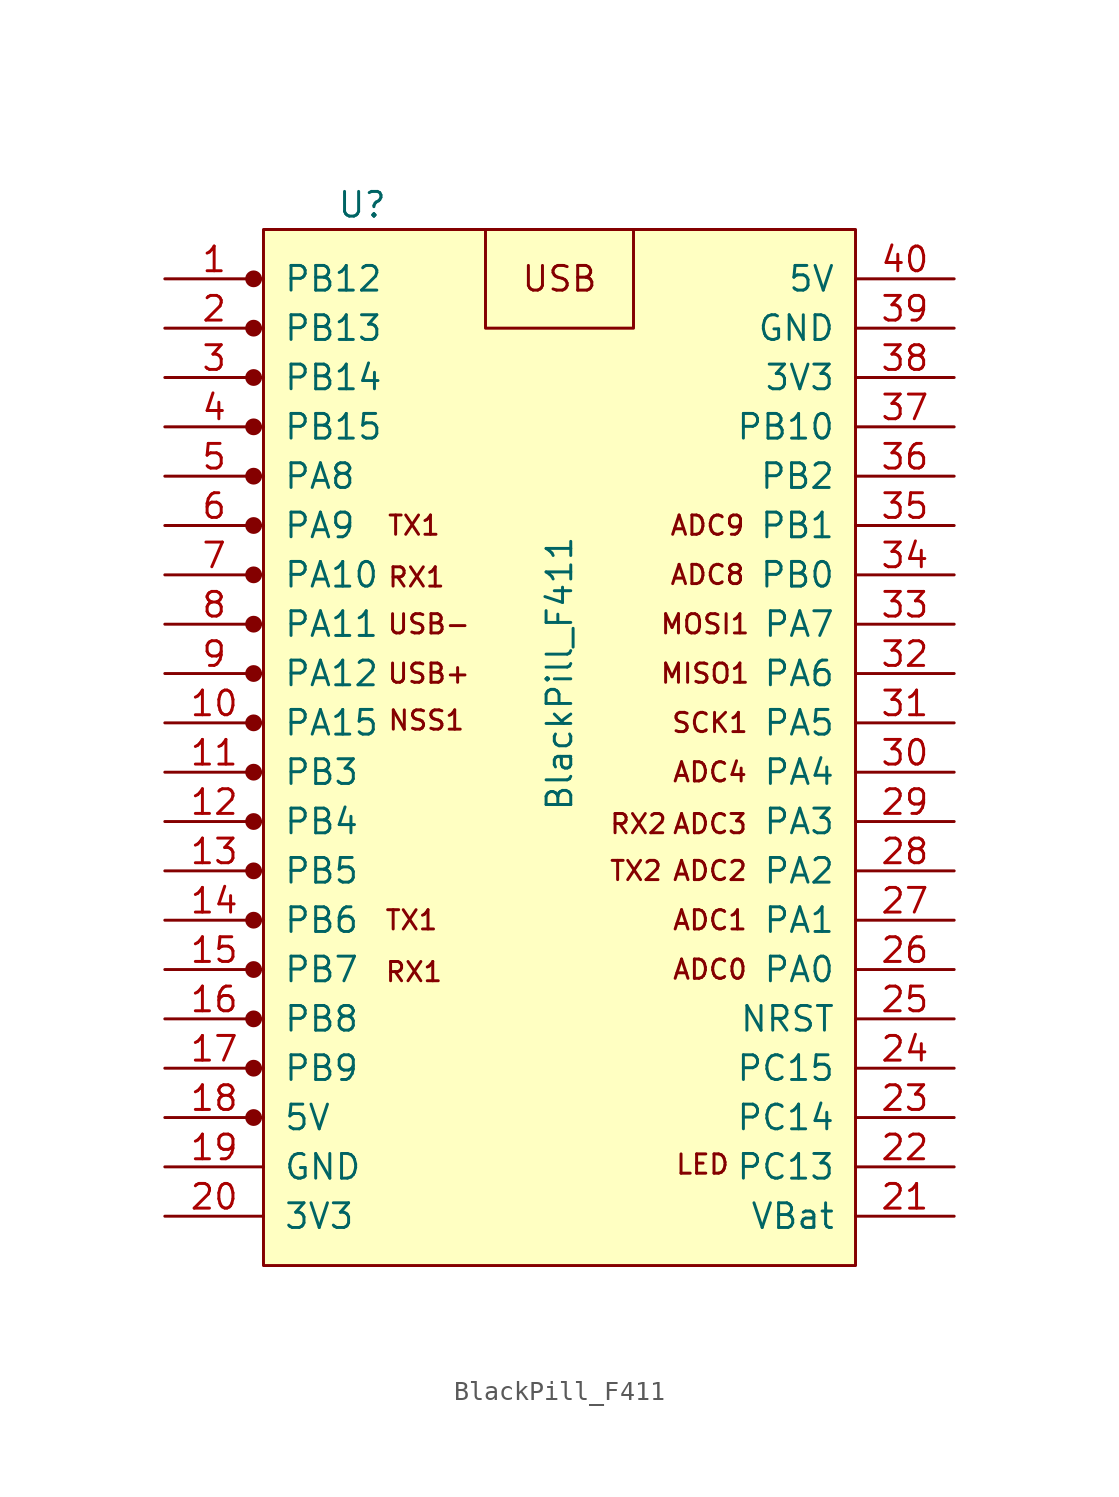
<source format=kicad_sym>
(kicad_symbol_lib
  (version 20211014)
  (generator kicad_symbol_editor)
  (symbol "BlackPill_F411"
    (pin_names
      (offset 1.016))
    (property "Reference" "U"
      (at -10.16 26.67 0)
      (effects (font (size 1.27 1.27))))
    (property "Value" "BlackPill_F411"
      (at 0 2.54 90)
      (effects (font (size 1.27 1.27))))
    (symbol "BlackPill_F411_0_0"
      (circle (center -15.748 -20.32) (radius 0.356) (stroke (width 0) (type default) (color 0 0 0 0)) (fill (type outline)))
      (circle (center -15.748 -17.78) (radius 0.356) (stroke (width 0) (type default) (color 0 0 0 0)) (fill (type outline)))
      (circle (center -15.748 -15.24) (radius 0.356) (stroke (width 0) (type default) (color 0 0 0 0)) (fill (type outline)))
      (circle (center -15.748 -12.7) (radius 0.356) (stroke (width 0) (type default) (color 0 0 0 0)) (fill (type outline)))
      (circle (center -15.748 -10.16) (radius 0.356) (stroke (width 0) (type default) (color 0 0 0 0)) (fill (type outline)))
      (circle (center -15.748 -7.62) (radius 0.356) (stroke (width 0) (type default) (color 0 0 0 0)) (fill (type outline)))
      (circle (center -15.748 -5.08) (radius 0.356) (stroke (width 0) (type default) (color 0 0 0 0)) (fill (type outline)))
      (circle (center -15.748 -2.54) (radius 0.356) (stroke (width 0) (type default) (color 0 0 0 0)) (fill (type outline)))
      (circle (center -15.748 0) (radius 0.356) (stroke (width 0) (type default) (color 0 0 0 0)) (fill (type outline)))
      (circle (center -15.748 2.54) (radius 0.356) (stroke (width 0) (type default) (color 0 0 0 0)) (fill (type outline)))
      (circle (center -15.748 5.08) (radius 0.356) (stroke (width 0) (type default) (color 0 0 0 0)) (fill (type outline)))
      (circle (center -15.748 7.62) (radius 0.356) (stroke (width 0) (type default) (color 0 0 0 0)) (fill (type outline)))
      (circle (center -15.748 10.16) (radius 0.356) (stroke (width 0) (type default) (color 0 0 0 0)) (fill (type outline)))
      (circle (center -15.748 12.7) (radius 0.356) (stroke (width 0) (type default) (color 0 0 0 0)) (fill (type outline)))
      (circle (center -15.748 15.24) (radius 0.356) (stroke (width 0) (type default) (color 0 0 0 0)) (fill (type outline)))
      (circle (center -15.748 17.78) (radius 0.356) (stroke (width 0) (type default) (color 0 0 0 0)) (fill (type outline)))
      (circle (center -15.748 22.86) (radius 0.356) (stroke (width 0) (type default) (color 0 0 0 0)) (fill (type outline)))
      (text "ADC0" (at 7.747 -12.7 0) (effects (font (size 0.991 0.991))))
      (text "ADC1" (at 7.747 -10.16 0) (effects (font (size 0.991 0.991))))
      (text "ADC2" (at 7.747 -7.62 0) (effects (font (size 0.991 0.991))))
      (text "ADC3" (at 7.747 -5.207 0) (effects (font (size 0.991 0.991))))
      (text "ADC4" (at 7.747 -2.54 0) (effects (font (size 0.991 0.991))))
      (text "ADC8" (at 7.62 7.62 0) (effects (font (size 0.991 0.991))))
      (text "ADC9" (at 7.62 10.16 0) (effects (font (size 0.991 0.991))))
      (text "LED" (at 7.366 -22.733 0) (effects (font (size 0.991 0.991))))
      (text "MISO1" (at 7.493 2.54 0) (effects (font (size 0.991 0.991))))
      (text "MOSI1" (at 7.493 5.08 0) (effects (font (size 0.991 0.991))))
      (text "NSS1" (at -6.858 0.127 0) (effects (font (size 0.991 0.991))))
      (text "RX1" (at -7.493 -12.827 0) (effects (font (size 0.991 0.991))))
      (text "RX1" (at -7.366 7.493 0) (effects (font (size 0.991 0.991))))
      (text "RX2" (at 4.064 -5.207 0) (effects (font (size 0.991 0.991))))
      (text "SCK1" (at 7.747 0 0) (effects (font (size 0.991 0.991))))
      (text "TX1" (at -7.62 -10.16 0) (effects (font (size 0.991 0.991))))
      (text "TX1" (at -7.493 10.16 0) (effects (font (size 0.991 0.991))))
      (text "TX2" (at 3.937 -7.62 0) (effects (font (size 0.991 0.991))))
      (text "USB" (at 0 22.86 0) (effects (font (size 1.27 1.27))))
      (text "USB+" (at -6.731 2.54 0) (effects (font (size 0.991 0.991))))
      (text "USB-" (at -6.731 5.08 0) (effects (font (size 0.991 0.991)))))
    (symbol "BlackPill_F411_0_1"
      (rectangle (start -15.24 25.4) (end 15.24 -27.94) (stroke (width 0) (type default) (color 0 0 0 0)) (fill (type background)))
      (rectangle (start 3.81 25.4) (end -3.81 20.32) (stroke (width 0) (type default) (color 0 0 0 0)) (fill (type none))))
    (symbol "BlackPill_F411_1_1"
      (circle (center -15.748 20.32) (radius 0.356) (stroke (width 0) (type default) (color 0 0 0 0)) (fill (type outline)))
      (pin bidirectional line (at -20.32 22.86 0) (length 5.08) (name "PB12" (effects (font (size 1.27 1.27)))) (number "1" (effects (font (size 1.27 1.27)))))
      (pin bidirectional line (at -20.32 0 0) (length 5.08) (name "PA15" (effects (font (size 1.27 1.27)))) (number "10" (effects (font (size 1.27 1.27)))))
      (pin bidirectional line (at -20.32 -2.54 0) (length 5.08) (name "PB3" (effects (font (size 1.27 1.27)))) (number "11" (effects (font (size 1.27 1.27)))))
      (pin bidirectional line (at -20.32 -5.08 0) (length 5.08) (name "PB4" (effects (font (size 1.27 1.27)))) (number "12" (effects (font (size 1.27 1.27)))))
      (pin bidirectional line (at -20.32 -7.62 0) (length 5.08) (name "PB5" (effects (font (size 1.27 1.27)))) (number "13" (effects (font (size 1.27 1.27)))))
      (pin bidirectional line (at -20.32 -10.16 0) (length 5.08) (name "PB6" (effects (font (size 1.27 1.27)))) (number "14" (effects (font (size 1.27 1.27)))))
      (pin bidirectional line (at -20.32 -12.7 0) (length 5.08) (name "PB7" (effects (font (size 1.27 1.27)))) (number "15" (effects (font (size 1.27 1.27)))))
      (pin bidirectional line (at -20.32 -15.24 0) (length 5.08) (name "PB8" (effects (font (size 1.27 1.27)))) (number "16" (effects (font (size 1.27 1.27)))))
      (pin bidirectional line (at -20.32 -17.78 0) (length 5.08) (name "PB9" (effects (font (size 1.27 1.27)))) (number "17" (effects (font (size 1.27 1.27)))))
      (pin power_in line (at -20.32 -20.32 0) (length 5.08) (name "5V" (effects (font (size 1.27 1.27)))) (number "18" (effects (font (size 1.27 1.27)))))
      (pin power_in line (at -20.32 -22.86 0) (length 5.08) (name "GND" (effects (font (size 1.27 1.27)))) (number "19" (effects (font (size 1.27 1.27)))))
      (pin bidirectional line (at -20.32 20.32 0) (length 5.08) (name "PB13" (effects (font (size 1.27 1.27)))) (number "2" (effects (font (size 1.27 1.27)))))
      (pin power_in line (at -20.32 -25.4 0) (length 5.08) (name "3V3" (effects (font (size 1.27 1.27)))) (number "20" (effects (font (size 1.27 1.27)))))
      (pin power_in line (at 20.32 -25.4 180) (length 5.08) (name "VBat" (effects (font (size 1.27 1.27)))) (number "21" (effects (font (size 1.27 1.27)))))
      (pin bidirectional line (at 20.32 -22.86 180) (length 5.08) (name "PC13" (effects (font (size 1.27 1.27)))) (number "22" (effects (font (size 1.27 1.27)))))
      (pin bidirectional line (at 20.32 -20.32 180) (length 5.08) (name "PC14" (effects (font (size 1.27 1.27)))) (number "23" (effects (font (size 1.27 1.27)))))
      (pin bidirectional line (at 20.32 -17.78 180) (length 5.08) (name "PC15" (effects (font (size 1.27 1.27)))) (number "24" (effects (font (size 1.27 1.27)))))
      (pin input line (at 20.32 -15.24 180) (length 5.08) (name "NRST" (effects (font (size 1.27 1.27)))) (number "25" (effects (font (size 1.27 1.27)))))
      (pin bidirectional line (at 20.32 -12.7 180) (length 5.08) (name "PA0" (effects (font (size 1.27 1.27)))) (number "26" (effects (font (size 1.27 1.27)))))
      (pin bidirectional line (at 20.32 -10.16 180) (length 5.08) (name "PA1" (effects (font (size 1.27 1.27)))) (number "27" (effects (font (size 1.27 1.27)))))
      (pin bidirectional line (at 20.32 -7.62 180) (length 5.08) (name "PA2" (effects (font (size 1.27 1.27)))) (number "28" (effects (font (size 1.27 1.27)))))
      (pin bidirectional line (at 20.32 -5.08 180) (length 5.08) (name "PA3" (effects (font (size 1.27 1.27)))) (number "29" (effects (font (size 1.27 1.27)))))
      (pin bidirectional line (at -20.32 17.78 0) (length 5.08) (name "PB14" (effects (font (size 1.27 1.27)))) (number "3" (effects (font (size 1.27 1.27)))))
      (pin bidirectional line (at 20.32 -2.54 180) (length 5.08) (name "PA4" (effects (font (size 1.27 1.27)))) (number "30" (effects (font (size 1.27 1.27)))))
      (pin bidirectional line (at 20.32 0 180) (length 5.08) (name "PA5" (effects (font (size 1.27 1.27)))) (number "31" (effects (font (size 1.27 1.27)))))
      (pin bidirectional line (at 20.32 2.54 180) (length 5.08) (name "PA6" (effects (font (size 1.27 1.27)))) (number "32" (effects (font (size 1.27 1.27)))))
      (pin bidirectional line (at 20.32 5.08 180) (length 5.08) (name "PA7" (effects (font (size 1.27 1.27)))) (number "33" (effects (font (size 1.27 1.27)))))
      (pin bidirectional line (at 20.32 7.62 180) (length 5.08) (name "PB0" (effects (font (size 1.27 1.27)))) (number "34" (effects (font (size 1.27 1.27)))))
      (pin bidirectional line (at 20.32 10.16 180) (length 5.08) (name "PB1" (effects (font (size 1.27 1.27)))) (number "35" (effects (font (size 1.27 1.27)))))
      (pin bidirectional line (at 20.32 12.7 180) (length 5.08) (name "PB2" (effects (font (size 1.27 1.27)))) (number "36" (effects (font (size 1.27 1.27)))))
      (pin bidirectional line (at 20.32 15.24 180) (length 5.08) (name "PB10" (effects (font (size 1.27 1.27)))) (number "37" (effects (font (size 1.27 1.27)))))
      (pin power_in line (at 20.32 17.78 180) (length 5.08) (name "3V3" (effects (font (size 1.27 1.27)))) (number "38" (effects (font (size 1.27 1.27)))))
      (pin power_in line (at 20.32 20.32 180) (length 5.08) (name "GND" (effects (font (size 1.27 1.27)))) (number "39" (effects (font (size 1.27 1.27)))))
      (pin bidirectional line (at -20.32 15.24 0) (length 5.08) (name "PB15" (effects (font (size 1.27 1.27)))) (number "4" (effects (font (size 1.27 1.27)))))
      (pin power_in line (at 20.32 22.86 180) (length 5.08) (name "5V" (effects (font (size 1.27 1.27)))) (number "40" (effects (font (size 1.27 1.27)))))
      (pin bidirectional line (at -20.32 12.7 0) (length 5.08) (name "PA8" (effects (font (size 1.27 1.27)))) (number "5" (effects (font (size 1.27 1.27)))))
      (pin bidirectional line (at -20.32 10.16 0) (length 5.08) (name "PA9" (effects (font (size 1.27 1.27)))) (number "6" (effects (font (size 1.27 1.27)))))
      (pin bidirectional line (at -20.32 7.62 0) (length 5.08) (name "PA10" (effects (font (size 1.27 1.27)))) (number "7" (effects (font (size 1.27 1.27)))))
      (pin bidirectional line (at -20.32 5.08 0) (length 5.08) (name "PA11" (effects (font (size 1.27 1.27)))) (number "8" (effects (font (size 1.27 1.27)))))
      (pin bidirectional line (at -20.32 2.54 0) (length 5.08) (name "PA12" (effects (font (size 1.27 1.27)))) (number "9" (effects (font (size 1.27 1.27))))))))
</source>
